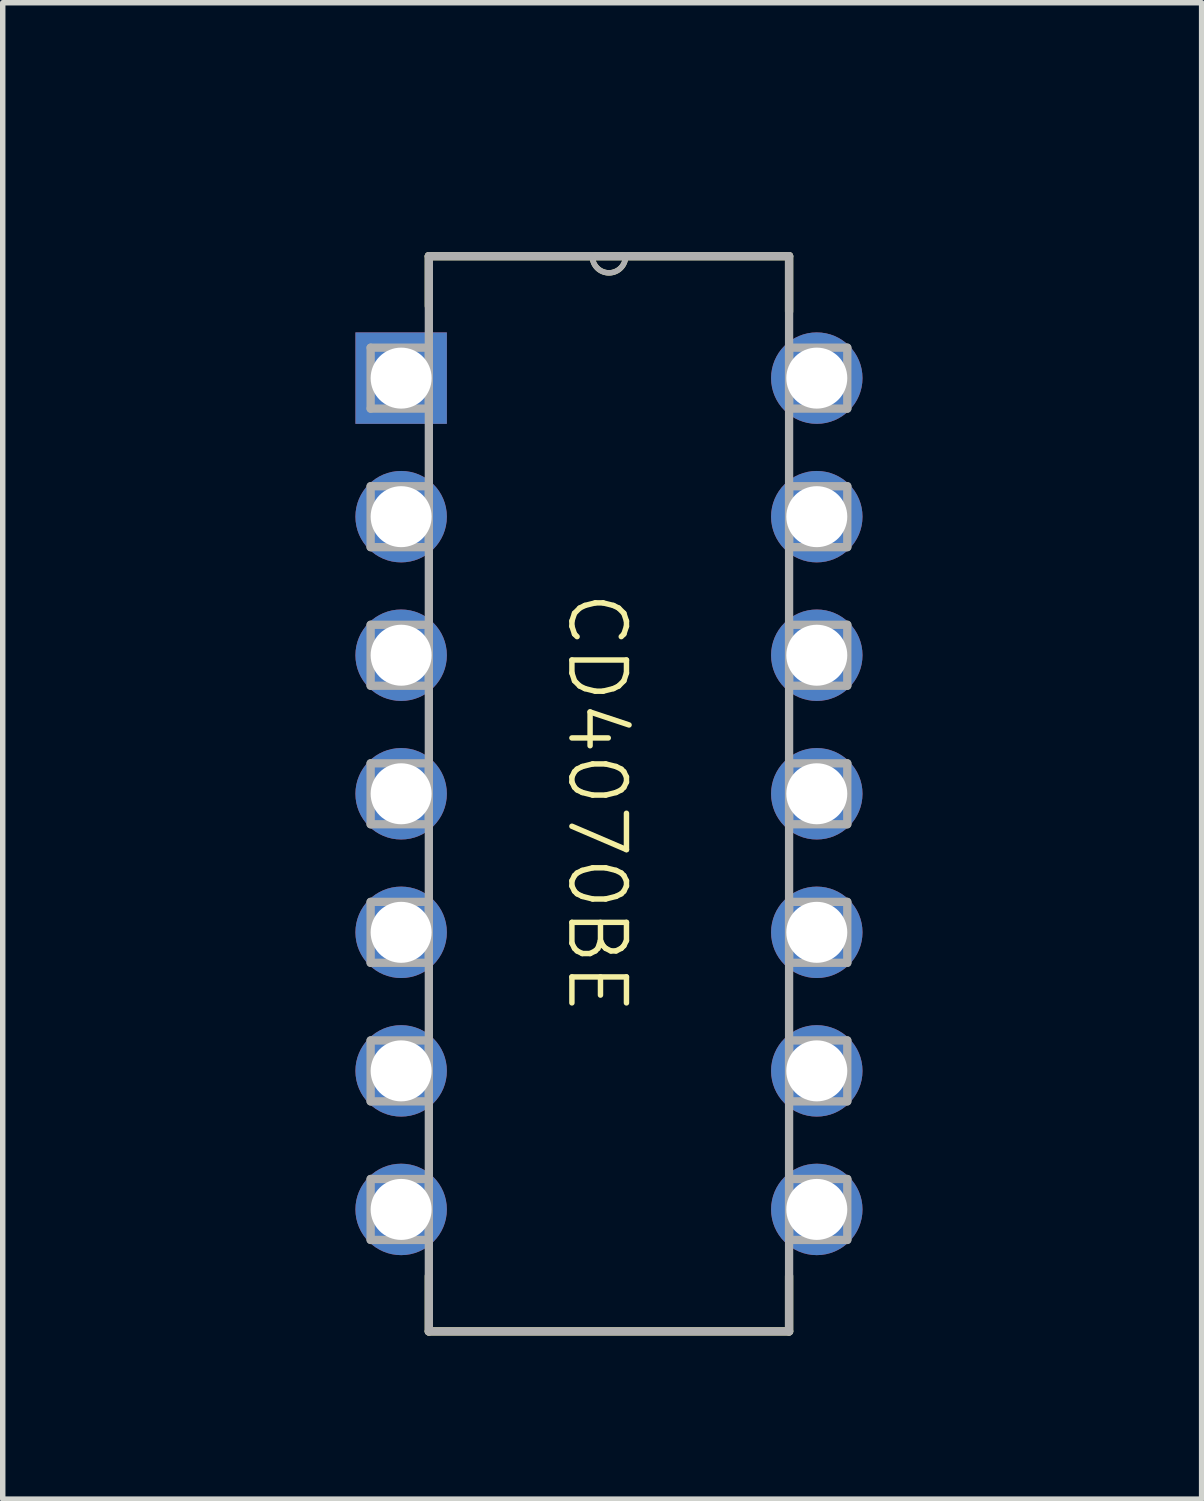
<source format=kicad_pcb>
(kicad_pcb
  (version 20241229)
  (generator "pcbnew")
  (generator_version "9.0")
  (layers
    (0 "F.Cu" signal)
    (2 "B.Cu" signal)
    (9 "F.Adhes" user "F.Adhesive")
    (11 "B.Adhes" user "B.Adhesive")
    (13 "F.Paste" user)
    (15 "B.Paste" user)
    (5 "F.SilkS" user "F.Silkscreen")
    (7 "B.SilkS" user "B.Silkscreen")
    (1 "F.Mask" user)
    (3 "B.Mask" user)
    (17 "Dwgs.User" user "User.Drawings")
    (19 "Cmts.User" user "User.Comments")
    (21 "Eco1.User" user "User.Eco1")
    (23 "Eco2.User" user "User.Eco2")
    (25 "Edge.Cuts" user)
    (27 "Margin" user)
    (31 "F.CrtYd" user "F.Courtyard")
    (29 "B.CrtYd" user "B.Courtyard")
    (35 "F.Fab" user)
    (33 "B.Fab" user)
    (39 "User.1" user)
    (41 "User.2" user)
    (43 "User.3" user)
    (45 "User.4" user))
  (footprint "CD4070BE"
    (layer "F.Cu")
    (at 7.942 11.556)
    (property "Reference" "CD4070BE" (at 0.635 -10.795 0) (unlocked yes) (layer "User.1") (effects (font (size 1 1) (thickness 0.1))))
    (attr through_hole)
    (fp_line (start -3.13 -9.909) (end -3.13 -8.994) (stroke (width 0.152) (type solid)) (layer "F.SilkS"))
    (fp_line (start -3.13 8.786) (end -3.13 9.802) (stroke (width 0.152) (type solid)) (layer "F.SilkS"))
    (fp_line (start -3.13 9.802) (end 3.474 9.802) (stroke (width 0.152) (type solid)) (layer "F.SilkS"))
    (fp_line (start -0.133 -9.909) (end -3.13 -9.909) (stroke (width 0.152) (type solid)) (layer "F.SilkS"))
    (fp_line (start 0.477 -9.909) (end -0.133 -9.909) (stroke (width 0.152) (type solid)) (layer "F.SilkS"))
    (fp_line (start 3.474 -9.909) (end 0.477 -9.909) (stroke (width 0.152) (type solid)) (layer "F.SilkS"))
    (fp_line (start 3.474 -8.893) (end 3.474 -9.909) (stroke (width 0.152) (type solid)) (layer "F.SilkS"))
    (fp_line (start 3.474 9.802) (end 3.474 8.786) (stroke (width 0.152) (type solid)) (layer "F.SilkS"))
    (fp_arc (start 0.47655 -9.90889) (mid 0.17175 -9.60409) (end -0.13305 -9.90889) (stroke (width 0.1) (type solid)) (layer "F.SilkS"))
    (fp_line (start -4.197 -8.232) (end -4.197 -7.115) (stroke (width 0.152) (type solid)) (layer "F.Fab"))
    (fp_line (start -4.197 -7.115) (end -3.13 -7.115) (stroke (width 0.152) (type solid)) (layer "F.Fab"))
    (fp_line (start -4.197 -5.692) (end -4.197 -4.575) (stroke (width 0.152) (type solid)) (layer "F.Fab"))
    (fp_line (start -4.197 -4.575) (end -3.13 -4.575) (stroke (width 0.152) (type solid)) (layer "F.Fab"))
    (fp_line (start -4.197 -3.152) (end -4.197 -2.035) (stroke (width 0.152) (type solid)) (layer "F.Fab"))
    (fp_line (start -4.197 -2.035) (end -3.13 -2.035) (stroke (width 0.152) (type solid)) (layer "F.Fab"))
    (fp_line (start -4.197 -0.612) (end -4.197 0.505) (stroke (width 0.152) (type solid)) (layer "F.Fab"))
    (fp_line (start -4.197 0.505) (end -3.13 0.505) (stroke (width 0.152) (type solid)) (layer "F.Fab"))
    (fp_line (start -4.197 1.928) (end -4.197 3.045) (stroke (width 0.152) (type solid)) (layer "F.Fab"))
    (fp_line (start -4.197 3.045) (end -3.13 3.045) (stroke (width 0.152) (type solid)) (layer "F.Fab"))
    (fp_line (start -4.197 4.468) (end -4.197 5.585) (stroke (width 0.152) (type solid)) (layer "F.Fab"))
    (fp_line (start -4.197 5.585) (end -3.13 5.585) (stroke (width 0.152) (type solid)) (layer "F.Fab"))
    (fp_line (start -4.197 7.008) (end -4.197 8.125) (stroke (width 0.152) (type solid)) (layer "F.Fab"))
    (fp_line (start -4.197 8.125) (end -3.13 8.125) (stroke (width 0.152) (type solid)) (layer "F.Fab"))
    (fp_line (start -3.13 -9.909) (end -3.13 9.802) (stroke (width 0.152) (type solid)) (layer "F.Fab"))
    (fp_line (start -3.13 -8.232) (end -4.197 -8.232) (stroke (width 0.152) (type solid)) (layer "F.Fab"))
    (fp_line (start -3.13 -7.115) (end -3.13 -8.232) (stroke (width 0.152) (type solid)) (layer "F.Fab"))
    (fp_line (start -3.13 -5.692) (end -4.197 -5.692) (stroke (width 0.152) (type solid)) (layer "F.Fab"))
    (fp_line (start -3.13 -4.575) (end -3.13 -5.692) (stroke (width 0.152) (type solid)) (layer "F.Fab"))
    (fp_line (start -3.13 -3.152) (end -4.197 -3.152) (stroke (width 0.152) (type solid)) (layer "F.Fab"))
    (fp_line (start -3.13 -2.035) (end -3.13 -3.152) (stroke (width 0.152) (type solid)) (layer "F.Fab"))
    (fp_line (start -3.13 -0.612) (end -4.197 -0.612) (stroke (width 0.152) (type solid)) (layer "F.Fab"))
    (fp_line (start -3.13 0.505) (end -3.13 -0.612) (stroke (width 0.152) (type solid)) (layer "F.Fab"))
    (fp_line (start -3.13 1.928) (end -4.197 1.928) (stroke (width 0.152) (type solid)) (layer "F.Fab"))
    (fp_line (start -3.13 3.045) (end -3.13 1.928) (stroke (width 0.152) (type solid)) (layer "F.Fab"))
    (fp_line (start -3.13 4.468) (end -4.197 4.468) (stroke (width 0.152) (type solid)) (layer "F.Fab"))
    (fp_line (start -3.13 5.585) (end -3.13 4.468) (stroke (width 0.152) (type solid)) (layer "F.Fab"))
    (fp_line (start -3.13 7.008) (end -4.197 7.008) (stroke (width 0.152) (type solid)) (layer "F.Fab"))
    (fp_line (start -3.13 8.125) (end -3.13 7.008) (stroke (width 0.152) (type solid)) (layer "F.Fab"))
    (fp_line (start -3.13 9.802) (end 3.474 9.802) (stroke (width 0.152) (type solid)) (layer "F.Fab"))
    (fp_line (start -0.133 -9.909) (end -3.13 -9.909) (stroke (width 0.152) (type solid)) (layer "F.Fab"))
    (fp_line (start 0.477 -9.909) (end -0.133 -9.909) (stroke (width 0.152) (type solid)) (layer "F.Fab"))
    (fp_line (start 3.474 -9.909) (end 0.477 -9.909) (stroke (width 0.152) (type solid)) (layer "F.Fab"))
    (fp_line (start 3.474 -8.232) (end 3.474 -7.115) (stroke (width 0.152) (type solid)) (layer "F.Fab"))
    (fp_line (start 3.474 -7.115) (end 4.541 -7.115) (stroke (width 0.152) (type solid)) (layer "F.Fab"))
    (fp_line (start 3.474 -5.692) (end 3.474 -4.575) (stroke (width 0.152) (type solid)) (layer "F.Fab"))
    (fp_line (start 3.474 -4.575) (end 4.541 -4.575) (stroke (width 0.152) (type solid)) (layer "F.Fab"))
    (fp_line (start 3.474 -3.152) (end 3.474 -2.035) (stroke (width 0.152) (type solid)) (layer "F.Fab"))
    (fp_line (start 3.474 -2.035) (end 4.541 -2.035) (stroke (width 0.152) (type solid)) (layer "F.Fab"))
    (fp_line (start 3.474 -0.612) (end 3.474 0.505) (stroke (width 0.152) (type solid)) (layer "F.Fab"))
    (fp_line (start 3.474 0.505) (end 4.541 0.505) (stroke (width 0.152) (type solid)) (layer "F.Fab"))
    (fp_line (start 3.474 1.928) (end 3.474 3.045) (stroke (width 0.152) (type solid)) (layer "F.Fab"))
    (fp_line (start 3.474 3.045) (end 4.541 3.045) (stroke (width 0.152) (type solid)) (layer "F.Fab"))
    (fp_line (start 3.474 4.468) (end 3.474 5.585) (stroke (width 0.152) (type solid)) (layer "F.Fab"))
    (fp_line (start 3.474 5.585) (end 4.541 5.585) (stroke (width 0.152) (type solid)) (layer "F.Fab"))
    (fp_line (start 3.474 7.008) (end 3.474 8.125) (stroke (width 0.152) (type solid)) (layer "F.Fab"))
    (fp_line (start 3.474 8.125) (end 4.541 8.125) (stroke (width 0.152) (type solid)) (layer "F.Fab"))
    (fp_line (start 3.474 9.802) (end 3.474 -9.909) (stroke (width 0.152) (type solid)) (layer "F.Fab"))
    (fp_line (start 4.541 -8.232) (end 3.474 -8.232) (stroke (width 0.152) (type solid)) (layer "F.Fab"))
    (fp_line (start 4.541 -7.115) (end 4.541 -8.232) (stroke (width 0.152) (type solid)) (layer "F.Fab"))
    (fp_line (start 4.541 -5.692) (end 3.474 -5.692) (stroke (width 0.152) (type solid)) (layer "F.Fab"))
    (fp_line (start 4.541 -4.575) (end 4.541 -5.692) (stroke (width 0.152) (type solid)) (layer "F.Fab"))
    (fp_line (start 4.541 -3.152) (end 3.474 -3.152) (stroke (width 0.152) (type solid)) (layer "F.Fab"))
    (fp_line (start 4.541 -2.035) (end 4.541 -3.152) (stroke (width 0.152) (type solid)) (layer "F.Fab"))
    (fp_line (start 4.541 -0.612) (end 3.474 -0.612) (stroke (width 0.152) (type solid)) (layer "F.Fab"))
    (fp_line (start 4.541 0.505) (end 4.541 -0.612) (stroke (width 0.152) (type solid)) (layer "F.Fab"))
    (fp_line (start 4.541 1.928) (end 3.474 1.928) (stroke (width 0.152) (type solid)) (layer "F.Fab"))
    (fp_line (start 4.541 3.045) (end 4.541 1.928) (stroke (width 0.152) (type solid)) (layer "F.Fab"))
    (fp_line (start 4.541 4.468) (end 3.474 4.468) (stroke (width 0.152) (type solid)) (layer "F.Fab"))
    (fp_line (start 4.541 5.585) (end 4.541 4.468) (stroke (width 0.152) (type solid)) (layer "F.Fab"))
    (fp_line (start 4.541 7.008) (end 3.474 7.008) (stroke (width 0.152) (type solid)) (layer "F.Fab"))
    (fp_line (start 4.541 8.125) (end 4.541 7.008) (stroke (width 0.152) (type solid)) (layer "F.Fab"))
    (fp_arc (start 0.47655 -9.90889) (mid 0.17175 -9.60409) (end -0.13305 -9.90889) (stroke (width 0.1) (type solid)) (layer "F.Fab"))
    (fp_text user "CD4070BE" (at -0.635 -3.81 270) (unlocked yes) (layer "F.SilkS") (effects (font (size 1 1) (thickness 0.1)) (justify left bottom)))
    (fp_text user "G" (at 5.08 -1.905 0) (unlocked yes) (layer "User.1") (effects (font (size 1 1) (thickness 0.1)) (justify left bottom)))
    (fp_text user "J" (at -5.08 -1.905 0) (unlocked yes) (layer "User.1") (effects (font (size 1 1) (thickness 0.1)) (justify right bottom)))
    (fp_text user "VSS" (at -5.08 8.255 0) (unlocked yes) (layer "User.1") (effects (font (size 1 1) (thickness 0.1)) (justify right bottom)))
    (fp_text user "E" (at 5.08 8.255 0) (unlocked yes) (layer "User.1") (effects (font (size 1 1) (thickness 0.1)) (justify left bottom)))
    (fp_text user "C" (at -5.08 3.175 0) (unlocked yes) (layer "User.1") (effects (font (size 1 1) (thickness 0.1)) (justify right bottom)))
    (fp_text user "F" (at 5.08 5.715 0) (unlocked yes) (layer "User.1") (effects (font (size 1 1) (thickness 0.1)) (justify left bottom)))
    (fp_text user "VDD" (at 5.08 -6.985 0) (unlocked yes) (layer "User.1") (effects (font (size 1 1) (thickness 0.1)) (justify left bottom)))
    (fp_text user "B" (at -5.08 -4.445 0) (unlocked yes) (layer "User.1") (effects (font (size 1 1) (thickness 0.1)) (justify right bottom)))
    (fp_text user "H" (at 5.08 -4.445 0) (unlocked yes) (layer "User.1") (effects (font (size 1 1) (thickness 0.1)) (justify left bottom)))
    (fp_text user "K" (at -5.08 0.635 0) (unlocked yes) (layer "User.1") (effects (font (size 1 1) (thickness 0.1)) (justify right bottom)))
    (fp_text user "M" (at 5.08 0.635 0) (unlocked yes) (layer "User.1") (effects (font (size 1 1) (thickness 0.1)) (justify left bottom)))
    (fp_text user "L" (at 5.08 3.175 0) (unlocked yes) (layer "User.1") (effects (font (size 1 1) (thickness 0.1)) (justify left bottom)))
    (fp_text user "A" (at -5.08 -6.985 0) (unlocked yes) (layer "User.1") (effects (font (size 1 1) (thickness 0.1)) (justify right bottom)))
    (fp_text user "D" (at -5.08 5.715 0) (unlocked yes) (layer "User.1") (effects (font (size 1 1) (thickness 0.1)) (justify right bottom)))
    (pad "1" thru_hole rect (at -3.638 -7.674) (size 1.676 1.676) (drill 1.118) (layers "*.Cu" "*.Mask"))
    (pad "2" thru_hole circle (at -3.638 -5.134) (size 1.676 1.676) (drill 1.118) (layers "*.Cu" "*.Mask"))
    (pad "3" thru_hole circle (at -3.638 -2.594) (size 1.676 1.676) (drill 1.118) (layers "*.Cu" "*.Mask"))
    (pad "4" thru_hole circle (at -3.638 -0.054) (size 1.676 1.676) (drill 1.118) (layers "*.Cu" "*.Mask"))
    (pad "5" thru_hole circle (at -3.638 2.486) (size 1.676 1.676) (drill 1.118) (layers "*.Cu" "*.Mask"))
    (pad "6" thru_hole circle (at -3.638 5.026) (size 1.676 1.676) (drill 1.118) (layers "*.Cu" "*.Mask"))
    (pad "7" thru_hole circle (at -3.638 7.566) (size 1.676 1.676) (drill 1.118) (layers "*.Cu" "*.Mask"))
    (pad "8" thru_hole circle (at 3.982 7.566) (size 1.676 1.676) (drill 1.118) (layers "*.Cu" "*.Mask"))
    (pad "9" thru_hole circle (at 3.982 5.026) (size 1.676 1.676) (drill 1.118) (layers "*.Cu" "*.Mask"))
    (pad "10" thru_hole circle (at 3.982 2.486) (size 1.676 1.676) (drill 1.118) (layers "*.Cu" "*.Mask"))
    (pad "11" thru_hole circle (at 3.982 -0.054) (size 1.676 1.676) (drill 1.118) (layers "*.Cu" "*.Mask"))
    (pad "12" thru_hole circle (at 3.982 -2.594) (size 1.676 1.676) (drill 1.118) (layers "*.Cu" "*.Mask"))
    (pad "13" thru_hole circle (at 3.982 -5.134) (size 1.676 1.676) (drill 1.118) (layers "*.Cu" "*.Mask"))
    (pad "14" thru_hole circle (at 3.982 -7.674) (size 1.676 1.676) (drill 1.118) (layers "*.Cu" "*.Mask")))
  (gr_rect
    (start -3 -3)
    (end 18.979 24.433)
    (stroke (width 0.1) (type default))
    (fill no)
    (layer "Edge.Cuts")))
</source>
